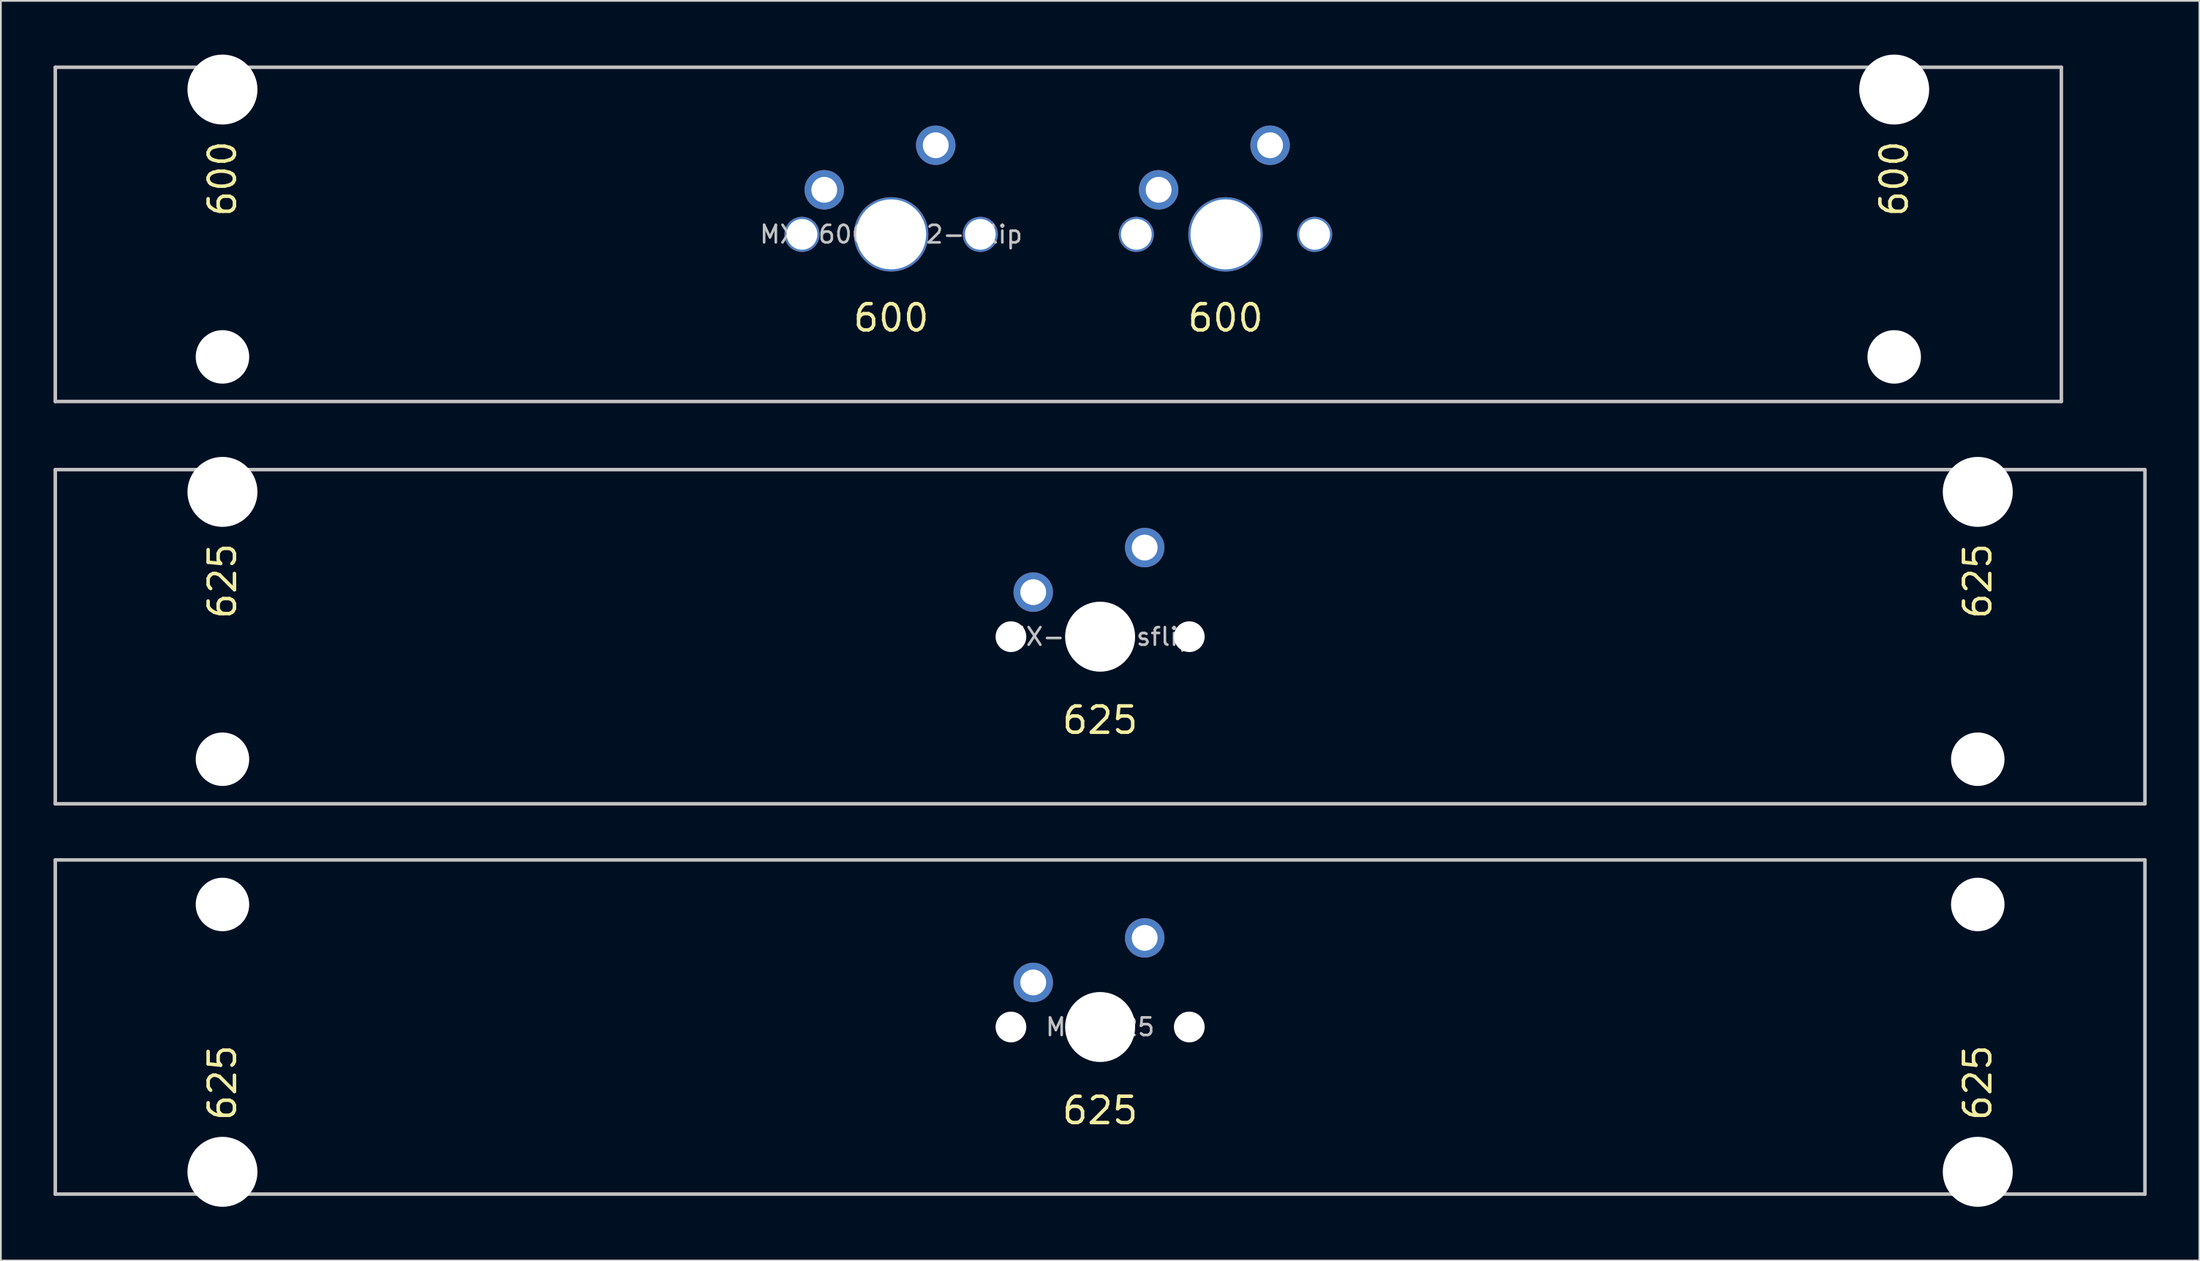
<source format=kicad_pcb>
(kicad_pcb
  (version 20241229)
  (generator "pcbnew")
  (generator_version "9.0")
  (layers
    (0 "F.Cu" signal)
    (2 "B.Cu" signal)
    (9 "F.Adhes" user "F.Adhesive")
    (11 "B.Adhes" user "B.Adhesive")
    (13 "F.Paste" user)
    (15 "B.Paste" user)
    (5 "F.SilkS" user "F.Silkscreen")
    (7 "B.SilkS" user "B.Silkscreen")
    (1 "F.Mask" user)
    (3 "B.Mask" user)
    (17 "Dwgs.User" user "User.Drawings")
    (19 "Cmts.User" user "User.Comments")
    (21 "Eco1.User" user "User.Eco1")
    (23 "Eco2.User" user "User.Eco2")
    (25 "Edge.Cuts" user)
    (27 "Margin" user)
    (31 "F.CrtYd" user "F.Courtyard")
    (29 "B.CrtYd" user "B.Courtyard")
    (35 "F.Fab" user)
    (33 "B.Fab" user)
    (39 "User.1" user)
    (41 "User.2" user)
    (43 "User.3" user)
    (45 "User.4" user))
  (footprint "MX-625"
    (layer "F.Cu")
    (at 59.631 55.495)
    (property "Reference" "MX-625" (at 0 0 0) (layer "Dwgs.User") (effects (font (size 1 1) (thickness 0.15))))
    (attr through_hole)
    (fp_line (start -59.531 9.525) (end -59.531 -9.525) (stroke (width 0.2) (type solid)) (layer "Dwgs.User"))
    (fp_line (start 59.531 -9.525) (end -59.531 -9.525) (stroke (width 0.2) (type solid)) (layer "Dwgs.User"))
    (fp_line (start 59.531 -9.525) (end 59.531 9.525) (stroke (width 0.2) (type solid)) (layer "Dwgs.User"))
    (fp_line (start 59.531 9.525) (end -59.531 9.525) (stroke (width 0.2) (type solid)) (layer "Dwgs.User"))
    (fp_line (start -53.436 -8.95) (end -53.436 10.25) (stroke (width 0.12) (type solid)) (layer "Eco1.User"))
    (fp_line (start -53.436 10.25) (end 53.436 10.25) (stroke (width 0.12) (type solid)) (layer "Eco1.User"))
    (fp_line (start -46.576 -8.95) (end -53.436 -8.95) (stroke (width 0.12) (type solid)) (layer "Eco1.User"))
    (fp_line (start -46.576 7) (end -46.576 -8.95) (stroke (width 0.12) (type solid)) (layer "Eco1.User"))
    (fp_line (start -7 -7) (end -7 7) (stroke (width 0.12) (type solid)) (layer "Eco1.User"))
    (fp_line (start -7 -7) (end 7 -7) (stroke (width 0.12) (type solid)) (layer "Eco1.User"))
    (fp_line (start -7 7) (end -46.576 7) (stroke (width 0.12) (type solid)) (layer "Eco1.User"))
    (fp_line (start 7 -7) (end 7 7) (stroke (width 0.12) (type solid)) (layer "Eco1.User"))
    (fp_line (start 46.576 -8.95) (end 46.576 7) (stroke (width 0.12) (type solid)) (layer "Eco1.User"))
    (fp_line (start 46.576 7) (end 7 7) (stroke (width 0.12) (type solid)) (layer "Eco1.User"))
    (fp_line (start 53.436 -8.95) (end 46.576 -8.95) (stroke (width 0.12) (type solid)) (layer "Eco1.User"))
    (fp_line (start 53.436 10.25) (end 53.436 -8.95) (stroke (width 0.12) (type solid)) (layer "Eco1.User"))
    (fp_circle (center -50.006 -6.985) (end -47.506 -6.985) (stroke (width 0.12) (type solid)) (fill no) (layer "Eco2.User"))
    (fp_circle (center 50.006 -6.985) (end 52.506 -6.985) (stroke (width 0.12) (type solid)) (fill no) (layer "Eco2.User"))
    (fp_text user "625" (at -50.006 3.175 90) (layer "F.SilkS") (effects (font (size 1.5 1.5) (thickness 0.2))))
    (fp_text user "625" (at 50.006 3.175 90) (layer "F.SilkS") (effects (font (size 1.5 1.5) (thickness 0.2))))
    (fp_text user "625" (at 0 4.763 0) (layer "F.SilkS") (effects (font (size 1.5 1.5) (thickness 0.2))))
    (pad "" np_thru_hole circle (at -50.006 -6.985) (size 3.048 3.048) (drill 3.048) (layers "*.Cu" "*.Mask"))
    (pad "" np_thru_hole circle (at -50.006 8.255) (size 3.988 3.988) (drill 3.988) (layers "*.Cu" "*.Mask"))
    (pad "" np_thru_hole circle (at -5.08 0) (size 1.75 1.75) (drill 1.75) (layers "*.Cu" "*.Mask"))
    (pad "" np_thru_hole circle (at 0 0) (size 3.988 3.988) (drill 3.988) (layers "*.Cu" "*.Mask"))
    (pad "" np_thru_hole circle (at 5.08 0) (size 1.75 1.75) (drill 1.75) (layers "*.Cu" "*.Mask"))
    (pad "" np_thru_hole circle (at 50.006 -6.985) (size 3.048 3.048) (drill 3.048) (layers "*.Cu" "*.Mask"))
    (pad "" np_thru_hole circle (at 50.006 8.255) (size 3.988 3.988) (drill 3.988) (layers "*.Cu" "*.Mask"))
    (pad "1" thru_hole circle (at 2.54 -5.08) (size 2.25 2.25) (drill 1.47) (layers "*.Cu" "B.Mask"))
    (pad "2" thru_hole circle (at -3.81 -2.54) (size 2.25 2.25) (drill 1.47) (layers "*.Cu" "B.Mask")))
  (footprint "MX-625-sflip"
    (layer "F.Cu")
    (at 59.631 33.245)
    (property "Reference" "MX-625-sflip" (at 0 0 0) (layer "Dwgs.User") (effects (font (size 1 1) (thickness 0.15))))
    (attr through_hole)
    (fp_line (start -59.531 -9.525) (end 59.531 -9.525) (stroke (width 0.2) (type solid)) (layer "Dwgs.User"))
    (fp_line (start -59.531 9.525) (end -59.531 -9.525) (stroke (width 0.2) (type solid)) (layer "Dwgs.User"))
    (fp_line (start -59.531 9.525) (end 59.531 9.525) (stroke (width 0.2) (type solid)) (layer "Dwgs.User"))
    (fp_line (start 59.531 -9.525) (end 59.531 9.525) (stroke (width 0.2) (type solid)) (layer "Dwgs.User"))
    (fp_line (start -53.436 -10.25) (end -53.436 8.95) (stroke (width 0.12) (type solid)) (layer "Eco1.User"))
    (fp_line (start -53.436 8.95) (end -46.576 8.95) (stroke (width 0.12) (type solid)) (layer "Eco1.User"))
    (fp_line (start -46.576 -7) (end -7 -7) (stroke (width 0.12) (type solid)) (layer "Eco1.User"))
    (fp_line (start -46.576 8.95) (end -46.576 -7) (stroke (width 0.12) (type solid)) (layer "Eco1.User"))
    (fp_line (start -7 7) (end -7 -7) (stroke (width 0.12) (type solid)) (layer "Eco1.User"))
    (fp_line (start 7 -7) (end 46.576 -7) (stroke (width 0.12) (type solid)) (layer "Eco1.User"))
    (fp_line (start 7 7) (end -7 7) (stroke (width 0.12) (type solid)) (layer "Eco1.User"))
    (fp_line (start 7 7) (end 7 -7) (stroke (width 0.12) (type solid)) (layer "Eco1.User"))
    (fp_line (start 46.576 -7) (end 46.576 8.95) (stroke (width 0.12) (type solid)) (layer "Eco1.User"))
    (fp_line (start 46.576 8.95) (end 53.436 8.95) (stroke (width 0.12) (type solid)) (layer "Eco1.User"))
    (fp_line (start 53.436 -10.25) (end -53.436 -10.25) (stroke (width 0.12) (type solid)) (layer "Eco1.User"))
    (fp_line (start 53.436 8.95) (end 53.436 -10.25) (stroke (width 0.12) (type solid)) (layer "Eco1.User"))
    (fp_circle (center -50.006 6.985) (end -52.506 6.985) (stroke (width 0.12) (type solid)) (fill no) (layer "Eco2.User"))
    (fp_circle (center 50.006 6.985) (end 47.506 6.985) (stroke (width 0.12) (type solid)) (fill no) (layer "Eco2.User"))
    (fp_text user "625" (at 50.006 -3.175 270) (layer "F.SilkS") (effects (font (size 1.5 1.5) (thickness 0.2))))
    (fp_text user "625" (at -50.006 -3.175 270) (layer "F.SilkS") (effects (font (size 1.5 1.5) (thickness 0.2))))
    (fp_text user "625" (at 0 4.763 0) (layer "F.SilkS") (effects (font (size 1.5 1.5) (thickness 0.2))))
    (pad "" np_thru_hole circle (at -50.006 -8.255 180) (size 3.988 3.988) (drill 3.988) (layers "*.Cu" "*.Mask"))
    (pad "" np_thru_hole circle (at -50.006 6.985 180) (size 3.048 3.048) (drill 3.048) (layers "*.Cu" "*.Mask"))
    (pad "" np_thru_hole circle (at -5.08 0) (size 1.75 1.75) (drill 1.75) (layers "*.Cu" "*.Mask"))
    (pad "" np_thru_hole circle (at 0 0) (size 3.988 3.988) (drill 3.988) (layers "*.Cu" "*.Mask"))
    (pad "" np_thru_hole circle (at 5.08 0) (size 1.75 1.75) (drill 1.75) (layers "*.Cu" "*.Mask"))
    (pad "" np_thru_hole circle (at 50.006 -8.255 180) (size 3.988 3.988) (drill 3.988) (layers "*.Cu" "*.Mask"))
    (pad "" np_thru_hole circle (at 50.006 6.985 180) (size 3.048 3.048) (drill 3.048) (layers "*.Cu" "*.Mask"))
    (pad "1" thru_hole circle (at 2.54 -5.08) (size 2.25 2.25) (drill 1.47) (layers "*.Cu" "B.Mask"))
    (pad "2" thru_hole circle (at -3.81 -2.54) (size 2.25 2.25) (drill 1.47) (layers "*.Cu" "B.Mask")))
  (footprint "MX-600-OC2-sflip"
    (layer "F.Cu")
    (at 57.25 10.31)
    (property "Reference" "MX-600-OC2-sflip" (at -9.525 0 0) (layer "Dwgs.User") (effects (font (size 1 1) (thickness 0.15))))
    (attr through_hole)
    (fp_line (start -57.15 -9.525) (end 57.15 -9.525) (stroke (width 0.2) (type solid)) (layer "Dwgs.User"))
    (fp_line (start -57.15 9.525) (end -57.15 -9.525) (stroke (width 0.2) (type solid)) (layer "Dwgs.User"))
    (fp_line (start -57.15 9.525) (end 57.15 9.525) (stroke (width 0.2) (type solid)) (layer "Dwgs.User"))
    (fp_line (start 57.15 -9.525) (end 57.15 9.525) (stroke (width 0.2) (type solid)) (layer "Dwgs.User"))
    (fp_line (start -51.055 -10.25) (end -51.055 8.95) (stroke (width 0.12) (type solid)) (layer "Eco1.User"))
    (fp_line (start -51.055 8.95) (end -44.195 8.95) (stroke (width 0.12) (type solid)) (layer "Eco1.User"))
    (fp_line (start -44.195 -7) (end -16.525 -7) (stroke (width 0.12) (type solid)) (layer "Eco1.User"))
    (fp_line (start -44.195 8.95) (end -44.195 -7) (stroke (width 0.12) (type solid)) (layer "Eco1.User"))
    (fp_line (start -16.525 7) (end -16.525 -7) (stroke (width 0.12) (type solid)) (layer "Eco1.User"))
    (fp_line (start -2.525 7) (end -16.525 7) (stroke (width 0.12) (type solid)) (layer "Eco1.User"))
    (fp_line (start -2.525 7) (end -2.525 -7) (stroke (width 0.12) (type solid)) (layer "Eco1.User"))
    (fp_line (start 2.525 -7) (end -2.525 -7) (stroke (width 0.12) (type solid)) (layer "Eco1.User"))
    (fp_line (start 2.525 7) (end 2.525 -7) (stroke (width 0.12) (type solid)) (layer "Eco1.User"))
    (fp_line (start 16.525 -7) (end 44.195 -7) (stroke (width 0.12) (type solid)) (layer "Eco1.User"))
    (fp_line (start 16.525 7) (end 2.525 7) (stroke (width 0.12) (type solid)) (layer "Eco1.User"))
    (fp_line (start 16.525 7) (end 16.525 -7) (stroke (width 0.12) (type solid)) (layer "Eco1.User"))
    (fp_line (start 44.195 -7) (end 44.195 8.95) (stroke (width 0.12) (type solid)) (layer "Eco1.User"))
    (fp_line (start 44.195 8.95) (end 51.055 8.95) (stroke (width 0.12) (type solid)) (layer "Eco1.User"))
    (fp_line (start 51.055 -10.25) (end -51.055 -10.25) (stroke (width 0.12) (type solid)) (layer "Eco1.User"))
    (fp_line (start 51.055 8.95) (end 51.055 -10.25) (stroke (width 0.12) (type solid)) (layer "Eco1.User"))
    (fp_circle (center -47.625 6.985) (end -50.125 6.985) (stroke (width 0.12) (type solid)) (fill no) (layer "Eco2.User"))
    (fp_circle (center 47.625 6.985) (end 45.125 6.985) (stroke (width 0.12) (type solid)) (fill no) (layer "Eco2.User"))
    (fp_text user "600" (at -47.625 -3.175 270) (layer "F.SilkS") (effects (font (size 1.5 1.5) (thickness 0.2))))
    (fp_text user "600" (at -9.525 4.763 0) (layer "F.SilkS") (effects (font (size 1.5 1.5) (thickness 0.2))))
    (fp_text user "600" (at 47.625 -3.175 270) (layer "F.SilkS") (effects (font (size 1.5 1.5) (thickness 0.2))))
    (fp_text user "600" (at 9.525 4.763 0) (layer "F.SilkS") (effects (font (size 1.5 1.5) (thickness 0.2))))
    (pad "" np_thru_hole circle (at -47.625 -8.255 180) (size 3.988 3.988) (drill 3.988) (layers "*.Cu" "*.Mask"))
    (pad "" np_thru_hole circle (at -47.625 6.985 180) (size 3.048 3.048) (drill 3.048) (layers "*.Cu" "*.Mask"))
    (pad "" thru_hole circle (at -14.605 0) (size 2 2) (drill 1.75) (layers "*.Cu"))
    (pad "" thru_hole circle (at -9.525 0) (size 4.238 4.238) (drill 3.988) (layers "*.Cu"))
    (pad "" thru_hole circle (at -4.445 0) (size 2 2) (drill 1.75) (layers "*.Cu"))
    (pad "" thru_hole circle (at 4.445 0) (size 2 2) (drill 1.75) (layers "*.Cu"))
    (pad "" thru_hole circle (at 9.525 0) (size 4.238 4.238) (drill 3.988) (layers "*.Cu"))
    (pad "" thru_hole circle (at 14.605 0) (size 2 2) (drill 1.75) (layers "*.Cu"))
    (pad "" np_thru_hole circle (at 47.625 -8.255 180) (size 3.988 3.988) (drill 3.988) (layers "*.Cu" "*.Mask"))
    (pad "" np_thru_hole circle (at 47.625 6.985 180) (size 3.048 3.048) (drill 3.048) (layers "*.Cu" "*.Mask"))
    (pad "1" thru_hole circle (at -6.985 -5.08) (size 2.25 2.25) (drill 1.47) (layers "*.Cu" "B.Mask"))
    (pad "1" thru_hole circle (at 12.065 -5.08) (size 2.25 2.25) (drill 1.47) (layers "*.Cu" "B.Mask"))
    (pad "2" thru_hole circle (at -13.335 -2.54) (size 2.25 2.25) (drill 1.47) (layers "*.Cu" "B.Mask"))
    (pad "2" thru_hole circle (at 5.715 -2.54) (size 2.25 2.25) (drill 1.47) (layers "*.Cu" "B.Mask")))
  (gr_rect
    (start -3 -3)
    (end 122.263 68.805)
    (stroke (width 0.1) (type default))
    (fill no)
    (layer "Edge.Cuts")))
</source>
